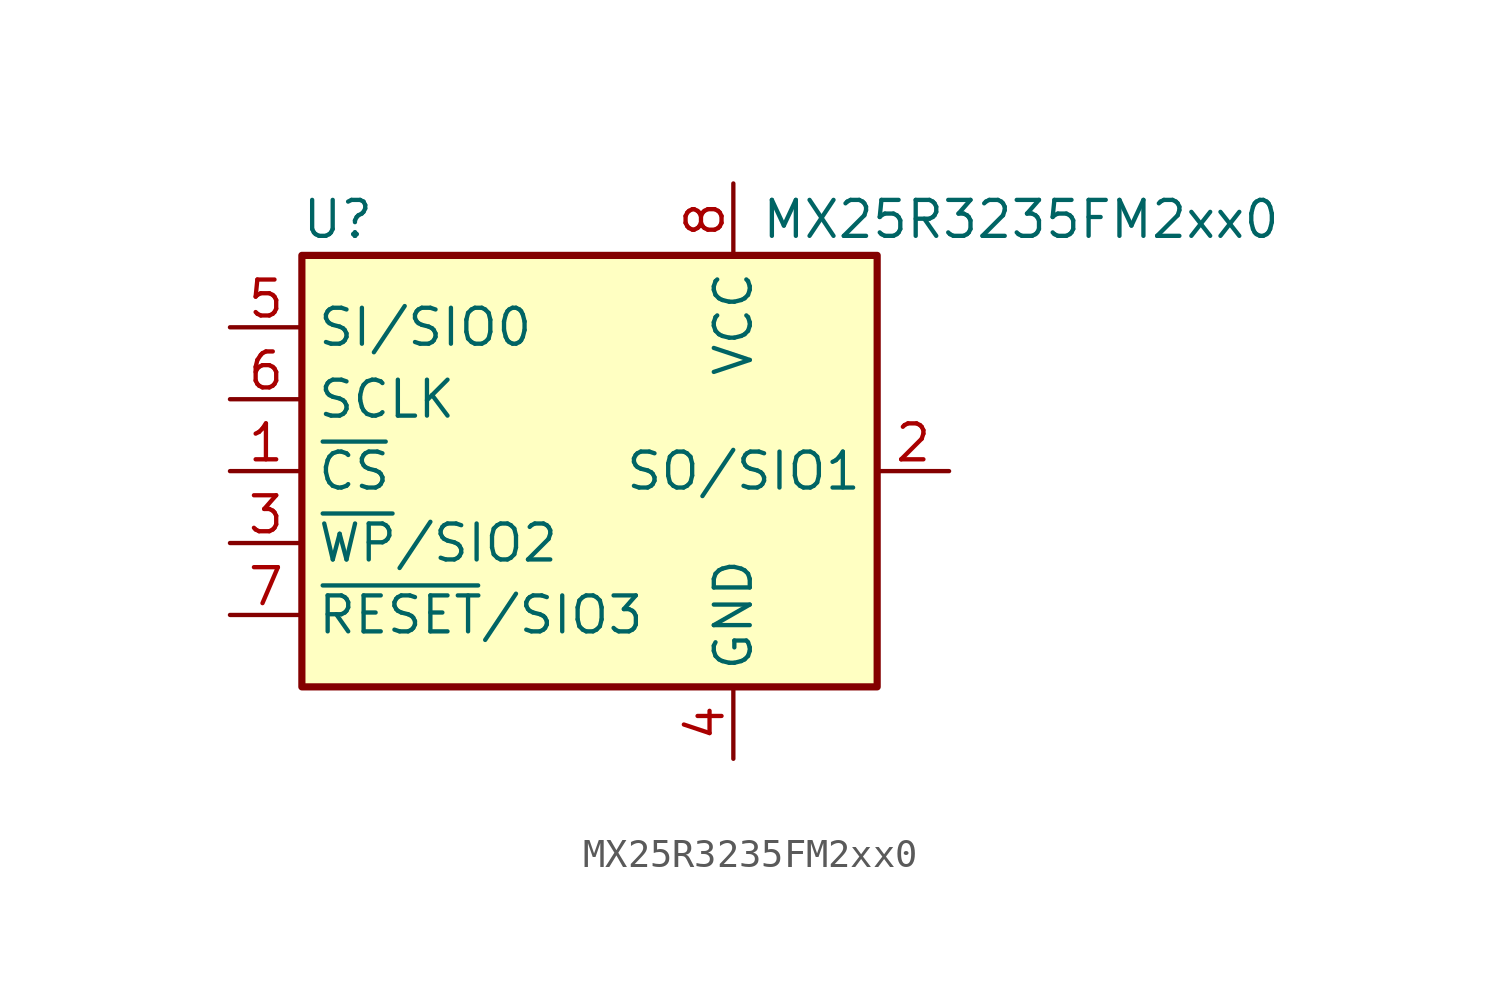
<source format=kicad_sym>
(kicad_symbol_lib
  (version 20200820)
  (host kicad_symbol_editor "5.99.0-a2341f0f33-1-1")
  (symbol "Memory_Flash:MX25R3235FM2xx0"
    (pin_names
      (offset 0.508))
    (property "Reference" "U"
      (at -8.89 8.89 0)
      (effects (font (size 1.27 1.27))))
    (property "Value" "MX25R3235FM2xx0"
      (at 15.24 8.89 0)
      (effects (font (size 1.27 1.27))))
    (symbol "MX25R3235FM2xx0_1_1"
      (rectangle (start -10.16 7.62) (end 10.16 -7.62) (stroke (width 0.254)) (fill (type background)))
      (pin input line (at -12.7 0 0) (length 2.54) (name "~CS" (effects (font (size 1.27 1.27)))) (number "1" (effects (font (size 1.27 1.27)))))
      (pin bidirectional line (at 12.7 0 180) (length 2.54) (name "SO/SIO1" (effects (font (size 1.27 1.27)))) (number "2" (effects (font (size 1.27 1.27)))))
      (pin bidirectional line (at -12.7 -2.54 0) (length 2.54) (name "~WP~/SIO2" (effects (font (size 1.27 1.27)))) (number "3" (effects (font (size 1.27 1.27)))))
      (pin power_in line (at 5.08 -10.16 90) (length 2.54) (name "GND" (effects (font (size 1.27 1.27)))) (number "4" (effects (font (size 1.27 1.27)))))
      (pin bidirectional line (at -12.7 5.08 0) (length 2.54) (name "SI/SIO0" (effects (font (size 1.27 1.27)))) (number "5" (effects (font (size 1.27 1.27)))))
      (pin input line (at -12.7 2.54 0) (length 2.54) (name "SCLK" (effects (font (size 1.27 1.27)))) (number "6" (effects (font (size 1.27 1.27)))))
      (pin bidirectional line (at -12.7 -5.08 0) (length 2.54) (name "~RESET~/SIO3" (effects (font (size 1.27 1.27)))) (number "7" (effects (font (size 1.27 1.27)))))
      (pin power_in line (at 5.08 10.16 270) (length 2.54) (name "VCC" (effects (font (size 1.27 1.27)))) (number "8" (effects (font (size 1.27 1.27))))))))
</source>
